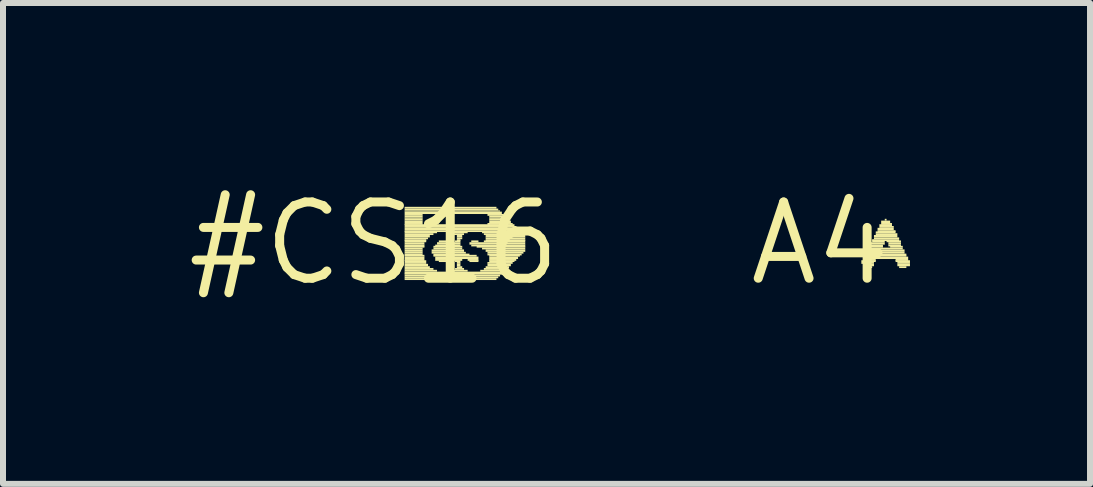
<source format=kicad_pcb>
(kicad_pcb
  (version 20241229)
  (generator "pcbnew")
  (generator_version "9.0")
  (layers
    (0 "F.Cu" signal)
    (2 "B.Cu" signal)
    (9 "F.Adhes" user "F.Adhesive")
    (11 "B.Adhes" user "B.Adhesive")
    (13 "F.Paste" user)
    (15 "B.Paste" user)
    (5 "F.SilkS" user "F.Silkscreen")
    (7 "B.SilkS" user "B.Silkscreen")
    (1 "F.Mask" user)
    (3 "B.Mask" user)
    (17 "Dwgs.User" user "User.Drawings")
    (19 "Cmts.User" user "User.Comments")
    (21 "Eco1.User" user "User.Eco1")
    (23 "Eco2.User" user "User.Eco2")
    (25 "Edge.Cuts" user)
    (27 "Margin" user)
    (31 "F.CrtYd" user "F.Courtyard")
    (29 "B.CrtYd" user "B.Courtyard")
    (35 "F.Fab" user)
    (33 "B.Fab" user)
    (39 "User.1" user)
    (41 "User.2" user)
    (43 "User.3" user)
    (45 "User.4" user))
  (footprint "#CS16"
    (layer "F.Cu")
    (at 3.182 1.006)
    (property "Reference" "#CS16" (at 0 0 0) (layer "F.SilkS") (effects (font (size 1.27 1.27) (thickness 0.15))))
    (attr through_hole)
    (fp_poly (pts (xy 0.51 -0.58) (xy 2.04 -0.58) (xy 2.04 -0.61) (xy 0.51 -0.61)) (stroke (width 0) (type solid)) (fill yes) (layer "F.SilkS"))
    (fp_poly (pts (xy 0.51 -0.55) (xy 2.07 -0.55) (xy 2.07 -0.58) (xy 0.51 -0.58)) (stroke (width 0) (type solid)) (fill yes) (layer "F.SilkS"))
    (fp_poly (pts (xy 0.51 -0.53) (xy 2.1 -0.53) (xy 2.1 -0.55) (xy 0.51 -0.55)) (stroke (width 0) (type solid)) (fill yes) (layer "F.SilkS"))
    (fp_poly (pts (xy 0.51 -0.49) (xy 2.13 -0.49) (xy 2.13 -0.53) (xy 0.51 -0.53)) (stroke (width 0) (type solid)) (fill yes) (layer "F.SilkS"))
    (fp_poly (pts (xy 0.51 -0.46) (xy 0.81 -0.46) (xy 0.81 -0.49) (xy 0.51 -0.49)) (stroke (width 0) (type solid)) (fill yes) (layer "F.SilkS"))
    (fp_poly (pts (xy 0.51 -0.43) (xy 0.81 -0.43) (xy 0.81 -0.46) (xy 0.51 -0.46)) (stroke (width 0) (type solid)) (fill yes) (layer "F.SilkS"))
    (fp_poly (pts (xy 0.51 -0.41) (xy 0.81 -0.41) (xy 0.81 -0.43) (xy 0.51 -0.43)) (stroke (width 0) (type solid)) (fill yes) (layer "F.SilkS"))
    (fp_poly (pts (xy 0.51 -0.38) (xy 0.81 -0.38) (xy 0.81 -0.41) (xy 0.51 -0.41)) (stroke (width 0) (type solid)) (fill yes) (layer "F.SilkS"))
    (fp_poly (pts (xy 0.51 -0.34) (xy 0.81 -0.34) (xy 0.81 -0.38) (xy 0.51 -0.38)) (stroke (width 0) (type solid)) (fill yes) (layer "F.SilkS"))
    (fp_poly (pts (xy 0.51 -0.31) (xy 0.81 -0.31) (xy 0.81 -0.34) (xy 0.51 -0.34)) (stroke (width 0) (type solid)) (fill yes) (layer "F.SilkS"))
    (fp_poly (pts (xy 0.51 -0.29) (xy 2.34 -0.29) (xy 2.34 -0.32) (xy 0.51 -0.32)) (stroke (width 0) (type solid)) (fill yes) (layer "F.SilkS"))
    (fp_poly (pts (xy 0.51 -0.26) (xy 2.37 -0.26) (xy 2.37 -0.29) (xy 0.51 -0.29)) (stroke (width 0) (type solid)) (fill yes) (layer "F.SilkS"))
    (fp_poly (pts (xy 0.51 -0.22) (xy 2.4 -0.22) (xy 2.4 -0.26) (xy 0.51 -0.26)) (stroke (width 0) (type solid)) (fill yes) (layer "F.SilkS"))
    (fp_poly (pts (xy 0.51 -0.19) (xy 2.43 -0.19) (xy 2.43 -0.22) (xy 0.51 -0.22)) (stroke (width 0) (type solid)) (fill yes) (layer "F.SilkS"))
    (fp_poly (pts (xy 0.51 -0.17) (xy 1.05 -0.17) (xy 1.05 -0.2) (xy 0.51 -0.2)) (stroke (width 0) (type solid)) (fill yes) (layer "F.SilkS"))
    (fp_poly (pts (xy 0.51 -0.14) (xy 0.99 -0.14) (xy 0.99 -0.17) (xy 0.51 -0.17)) (stroke (width 0) (type solid)) (fill yes) (layer "F.SilkS"))
    (fp_poly (pts (xy 0.51 -0.1) (xy 0.93 -0.1) (xy 0.93 -0.14) (xy 0.51 -0.14)) (stroke (width 0) (type solid)) (fill yes) (layer "F.SilkS"))
    (fp_poly (pts (xy 0.51 -0.07) (xy 0.9 -0.07) (xy 0.9 -0.1) (xy 0.51 -0.1)) (stroke (width 0) (type solid)) (fill yes) (layer "F.SilkS"))
    (fp_poly (pts (xy 0.51 -0.04) (xy 0.87 -0.04) (xy 0.87 -0.07) (xy 0.51 -0.07)) (stroke (width 0) (type solid)) (fill yes) (layer "F.SilkS"))
    (fp_poly (pts (xy 0.51 -0.02) (xy 0.87 -0.02) (xy 0.87 -0.05) (xy 0.51 -0.05)) (stroke (width 0) (type solid)) (fill yes) (layer "F.SilkS"))
    (fp_poly (pts (xy 0.51 0.02) (xy 0.84 0.02) (xy 0.84 -0.02) (xy 0.51 -0.02)) (stroke (width 0) (type solid)) (fill yes) (layer "F.SilkS"))
    (fp_poly (pts (xy 0.51 0.05) (xy 0.84 0.05) (xy 0.84 0.02) (xy 0.51 0.02)) (stroke (width 0) (type solid)) (fill yes) (layer "F.SilkS"))
    (fp_poly (pts (xy 0.51 0.07) (xy 0.84 0.07) (xy 0.84 0.04) (xy 0.51 0.04)) (stroke (width 0) (type solid)) (fill yes) (layer "F.SilkS"))
    (fp_poly (pts (xy 0.51 0.1) (xy 0.81 0.1) (xy 0.81 0.07) (xy 0.51 0.07)) (stroke (width 0) (type solid)) (fill yes) (layer "F.SilkS"))
    (fp_poly (pts (xy 0.51 0.14) (xy 0.81 0.14) (xy 0.81 0.1) (xy 0.51 0.1)) (stroke (width 0) (type solid)) (fill yes) (layer "F.SilkS"))
    (fp_poly (pts (xy 0.51 0.17) (xy 0.81 0.17) (xy 0.81 0.14) (xy 0.51 0.14)) (stroke (width 0) (type solid)) (fill yes) (layer "F.SilkS"))
    (fp_poly (pts (xy 0.51 0.2) (xy 0.81 0.2) (xy 0.81 0.17) (xy 0.51 0.17)) (stroke (width 0) (type solid)) (fill yes) (layer "F.SilkS"))
    (fp_poly (pts (xy 0.51 0.22) (xy 0.84 0.22) (xy 0.84 0.19) (xy 0.51 0.19)) (stroke (width 0) (type solid)) (fill yes) (layer "F.SilkS"))
    (fp_poly (pts (xy 0.51 0.26) (xy 0.84 0.26) (xy 0.84 0.22) (xy 0.51 0.22)) (stroke (width 0) (type solid)) (fill yes) (layer "F.SilkS"))
    (fp_poly (pts (xy 0.51 0.29) (xy 0.84 0.29) (xy 0.84 0.26) (xy 0.51 0.26)) (stroke (width 0) (type solid)) (fill yes) (layer "F.SilkS"))
    (fp_poly (pts (xy 0.51 0.31) (xy 0.87 0.31) (xy 0.87 0.28) (xy 0.51 0.28)) (stroke (width 0) (type solid)) (fill yes) (layer "F.SilkS"))
    (fp_poly (pts (xy 0.51 0.34) (xy 0.87 0.34) (xy 0.87 0.31) (xy 0.51 0.31)) (stroke (width 0) (type solid)) (fill yes) (layer "F.SilkS"))
    (fp_poly (pts (xy 0.51 0.38) (xy 0.9 0.38) (xy 0.9 0.34) (xy 0.51 0.34)) (stroke (width 0) (type solid)) (fill yes) (layer "F.SilkS"))
    (fp_poly (pts (xy 0.51 0.41) (xy 0.93 0.41) (xy 0.93 0.38) (xy 0.51 0.38)) (stroke (width 0) (type solid)) (fill yes) (layer "F.SilkS"))
    (fp_poly (pts (xy 0.51 0.44) (xy 0.99 0.44) (xy 0.99 0.41) (xy 0.51 0.41)) (stroke (width 0) (type solid)) (fill yes) (layer "F.SilkS"))
    (fp_poly (pts (xy 0.51 0.47) (xy 1.05 0.47) (xy 1.05 0.44) (xy 0.51 0.44)) (stroke (width 0) (type solid)) (fill yes) (layer "F.SilkS"))
    (fp_poly (pts (xy 0.51 0.5) (xy 2.16 0.5) (xy 2.16 0.47) (xy 0.51 0.47)) (stroke (width 0) (type solid)) (fill yes) (layer "F.SilkS"))
    (fp_poly (pts (xy 0.51 0.52) (xy 2.13 0.52) (xy 2.13 0.49) (xy 0.51 0.49)) (stroke (width 0) (type solid)) (fill yes) (layer "F.SilkS"))
    (fp_poly (pts (xy 0.51 0.55) (xy 2.1 0.55) (xy 2.1 0.52) (xy 0.51 0.52)) (stroke (width 0) (type solid)) (fill yes) (layer "F.SilkS"))
    (fp_poly (pts (xy 0.51 0.58) (xy 2.07 0.58) (xy 2.07 0.55) (xy 0.51 0.55)) (stroke (width 0) (type solid)) (fill yes) (layer "F.SilkS"))
    (fp_poly (pts (xy 0.51 0.61) (xy 2.04 0.61) (xy 2.04 0.58) (xy 0.51 0.58)) (stroke (width 0) (type solid)) (fill yes) (layer "F.SilkS"))
    (fp_poly (pts (xy 0.96 0.14) (xy 1.5 0.14) (xy 1.5 0.1) (xy 0.96 0.1)) (stroke (width 0) (type solid)) (fill yes) (layer "F.SilkS"))
    (fp_poly (pts (xy 0.96 0.17) (xy 1.53 0.17) (xy 1.53 0.14) (xy 0.96 0.14)) (stroke (width 0) (type solid)) (fill yes) (layer "F.SilkS"))
    (fp_poly (pts (xy 0.99 0.07) (xy 1.47 0.07) (xy 1.47 0.04) (xy 0.99 0.04)) (stroke (width 0) (type solid)) (fill yes) (layer "F.SilkS"))
    (fp_poly (pts (xy 0.99 0.1) (xy 1.47 0.1) (xy 1.47 0.07) (xy 0.99 0.07)) (stroke (width 0) (type solid)) (fill yes) (layer "F.SilkS"))
    (fp_poly (pts (xy 0.99 0.2) (xy 1.59 0.2) (xy 1.59 0.17) (xy 0.99 0.17)) (stroke (width 0) (type solid)) (fill yes) (layer "F.SilkS"))
    (fp_poly (pts (xy 0.99 0.22) (xy 1.71 0.22) (xy 1.71 0.19) (xy 0.99 0.19)) (stroke (width 0) (type solid)) (fill yes) (layer "F.SilkS"))
    (fp_poly (pts (xy 1.02 0.05) (xy 1.44 0.05) (xy 1.44 0.02) (xy 1.02 0.02)) (stroke (width 0) (type solid)) (fill yes) (layer "F.SilkS"))
    (fp_poly (pts (xy 1.02 0.26) (xy 1.74 0.26) (xy 1.74 0.22) (xy 1.02 0.22)) (stroke (width 0) (type solid)) (fill yes) (layer "F.SilkS"))
    (fp_poly (pts (xy 1.02 0.29) (xy 1.29 0.29) (xy 1.29 0.26) (xy 1.02 0.26)) (stroke (width 0) (type solid)) (fill yes) (layer "F.SilkS"))
    (fp_poly (pts (xy 1.05 0.02) (xy 1.29 0.02) (xy 1.29 -0.02) (xy 1.05 -0.02)) (stroke (width 0) (type solid)) (fill yes) (layer "F.SilkS"))
    (fp_poly (pts (xy 1.08 -0.02) (xy 1.23 -0.02) (xy 1.23 -0.05) (xy 1.08 -0.05)) (stroke (width 0) (type solid)) (fill yes) (layer "F.SilkS"))
    (fp_poly (pts (xy 1.08 0.31) (xy 1.23 0.31) (xy 1.23 0.28) (xy 1.08 0.28)) (stroke (width 0) (type solid)) (fill yes) (layer "F.SilkS"))
    (fp_poly (pts (xy 1.26 -0.17) (xy 1.56 -0.17) (xy 1.56 -0.2) (xy 1.26 -0.2)) (stroke (width 0) (type solid)) (fill yes) (layer "F.SilkS"))
    (fp_poly (pts (xy 1.26 0.47) (xy 1.56 0.47) (xy 1.56 0.44) (xy 1.26 0.44)) (stroke (width 0) (type solid)) (fill yes) (layer "F.SilkS"))
    (fp_poly (pts (xy 1.32 -0.14) (xy 1.5 -0.14) (xy 1.5 -0.17) (xy 1.32 -0.17)) (stroke (width 0) (type solid)) (fill yes) (layer "F.SilkS"))
    (fp_poly (pts (xy 1.32 0.02) (xy 1.44 0.02) (xy 1.44 -0.02) (xy 1.32 -0.02)) (stroke (width 0) (type solid)) (fill yes) (layer "F.SilkS"))
    (fp_poly (pts (xy 1.32 0.29) (xy 1.47 0.29) (xy 1.47 0.26) (xy 1.32 0.26)) (stroke (width 0) (type solid)) (fill yes) (layer "F.SilkS"))
    (fp_poly (pts (xy 1.35 -0.02) (xy 1.44 -0.02) (xy 1.44 -0.05) (xy 1.35 -0.05)) (stroke (width 0) (type solid)) (fill yes) (layer "F.SilkS"))
    (fp_poly (pts (xy 1.35 0.31) (xy 1.44 0.31) (xy 1.44 0.28) (xy 1.35 0.28)) (stroke (width 0) (type solid)) (fill yes) (layer "F.SilkS"))
    (fp_poly (pts (xy 1.35 0.44) (xy 1.5 0.44) (xy 1.5 0.41) (xy 1.35 0.41)) (stroke (width 0) (type solid)) (fill yes) (layer "F.SilkS"))
    (fp_poly (pts (xy 1.38 -0.1) (xy 1.47 -0.1) (xy 1.47 -0.14) (xy 1.38 -0.14)) (stroke (width 0) (type solid)) (fill yes) (layer "F.SilkS"))
    (fp_poly (pts (xy 1.38 -0.07) (xy 1.47 -0.07) (xy 1.47 -0.1) (xy 1.38 -0.1)) (stroke (width 0) (type solid)) (fill yes) (layer "F.SilkS"))
    (fp_poly (pts (xy 1.38 -0.04) (xy 1.44 -0.04) (xy 1.44 -0.07) (xy 1.38 -0.07)) (stroke (width 0) (type solid)) (fill yes) (layer "F.SilkS"))
    (fp_poly (pts (xy 1.38 0.34) (xy 1.44 0.34) (xy 1.44 0.31) (xy 1.38 0.31)) (stroke (width 0) (type solid)) (fill yes) (layer "F.SilkS"))
    (fp_poly (pts (xy 1.38 0.38) (xy 1.44 0.38) (xy 1.44 0.34) (xy 1.38 0.34)) (stroke (width 0) (type solid)) (fill yes) (layer "F.SilkS"))
    (fp_poly (pts (xy 1.38 0.41) (xy 1.47 0.41) (xy 1.47 0.38) (xy 1.38 0.38)) (stroke (width 0) (type solid)) (fill yes) (layer "F.SilkS"))
    (fp_poly (pts (xy 1.56 0.29) (xy 1.74 0.29) (xy 1.74 0.26) (xy 1.56 0.26)) (stroke (width 0) (type solid)) (fill yes) (layer "F.SilkS"))
    (fp_poly (pts (xy 1.59 0.02) (xy 2.52 0.02) (xy 2.52 -0.02) (xy 1.59 -0.02)) (stroke (width 0) (type solid)) (fill yes) (layer "F.SilkS"))
    (fp_poly (pts (xy 1.59 0.31) (xy 1.74 0.31) (xy 1.74 0.28) (xy 1.59 0.28)) (stroke (width 0) (type solid)) (fill yes) (layer "F.SilkS"))
    (fp_poly (pts (xy 1.62 -0.02) (xy 1.74 -0.02) (xy 1.74 -0.05) (xy 1.62 -0.05)) (stroke (width 0) (type solid)) (fill yes) (layer "F.SilkS"))
    (fp_poly (pts (xy 1.62 0.05) (xy 2.52 0.05) (xy 2.52 0.02) (xy 1.62 0.02)) (stroke (width 0) (type solid)) (fill yes) (layer "F.SilkS"))
    (fp_poly (pts (xy 1.71 0.07) (xy 2.52 0.07) (xy 2.52 0.04) (xy 1.71 0.04)) (stroke (width 0) (type solid)) (fill yes) (layer "F.SilkS"))
    (fp_poly (pts (xy 1.77 0.47) (xy 2.19 0.47) (xy 2.19 0.44) (xy 1.77 0.44)) (stroke (width 0) (type solid)) (fill yes) (layer "F.SilkS"))
    (fp_poly (pts (xy 1.8 -0.17) (xy 2.46 -0.17) (xy 2.46 -0.2) (xy 1.8 -0.2)) (stroke (width 0) (type solid)) (fill yes) (layer "F.SilkS"))
    (fp_poly (pts (xy 1.8 0.1) (xy 2.52 0.1) (xy 2.52 0.07) (xy 1.8 0.07)) (stroke (width 0) (type solid)) (fill yes) (layer "F.SilkS"))
    (fp_poly (pts (xy 1.83 -0.14) (xy 2.49 -0.14) (xy 2.49 -0.17) (xy 1.83 -0.17)) (stroke (width 0) (type solid)) (fill yes) (layer "F.SilkS"))
    (fp_poly (pts (xy 1.83 -0.02) (xy 2.52 -0.02) (xy 2.52 -0.05) (xy 1.83 -0.05)) (stroke (width 0) (type solid)) (fill yes) (layer "F.SilkS"))
    (fp_poly (pts (xy 1.83 0.44) (xy 2.22 0.44) (xy 2.22 0.41) (xy 1.83 0.41)) (stroke (width 0) (type solid)) (fill yes) (layer "F.SilkS"))
    (fp_poly (pts (xy 1.86 -0.1) (xy 2.52 -0.1) (xy 2.52 -0.14) (xy 1.86 -0.14)) (stroke (width 0) (type solid)) (fill yes) (layer "F.SilkS"))
    (fp_poly (pts (xy 1.86 -0.07) (xy 2.52 -0.07) (xy 2.52 -0.1) (xy 1.86 -0.1)) (stroke (width 0) (type solid)) (fill yes) (layer "F.SilkS"))
    (fp_poly (pts (xy 1.86 -0.04) (xy 2.52 -0.04) (xy 2.52 -0.07) (xy 1.86 -0.07)) (stroke (width 0) (type solid)) (fill yes) (layer "F.SilkS"))
    (fp_poly (pts (xy 1.86 0.14) (xy 2.52 0.14) (xy 2.52 0.1) (xy 1.86 0.1)) (stroke (width 0) (type solid)) (fill yes) (layer "F.SilkS"))
    (fp_poly (pts (xy 1.86 0.41) (xy 2.25 0.41) (xy 2.25 0.38) (xy 1.86 0.38)) (stroke (width 0) (type solid)) (fill yes) (layer "F.SilkS"))
    (fp_poly (pts (xy 1.89 -0.46) (xy 2.16 -0.46) (xy 2.16 -0.49) (xy 1.89 -0.49)) (stroke (width 0) (type solid)) (fill yes) (layer "F.SilkS"))
    (fp_poly (pts (xy 1.89 -0.31) (xy 2.31 -0.31) (xy 2.31 -0.34) (xy 1.89 -0.34)) (stroke (width 0) (type solid)) (fill yes) (layer "F.SilkS"))
    (fp_poly (pts (xy 1.89 0.17) (xy 2.49 0.17) (xy 2.49 0.14) (xy 1.89 0.14)) (stroke (width 0) (type solid)) (fill yes) (layer "F.SilkS"))
    (fp_poly (pts (xy 1.89 0.2) (xy 2.46 0.2) (xy 2.46 0.17) (xy 1.89 0.17)) (stroke (width 0) (type solid)) (fill yes) (layer "F.SilkS"))
    (fp_poly (pts (xy 1.89 0.34) (xy 2.31 0.34) (xy 2.31 0.31) (xy 1.89 0.31)) (stroke (width 0) (type solid)) (fill yes) (layer "F.SilkS"))
    (fp_poly (pts (xy 1.89 0.38) (xy 2.28 0.38) (xy 2.28 0.34) (xy 1.89 0.34)) (stroke (width 0) (type solid)) (fill yes) (layer "F.SilkS"))
    (fp_poly (pts (xy 1.92 -0.43) (xy 2.19 -0.43) (xy 2.19 -0.46) (xy 1.92 -0.46)) (stroke (width 0) (type solid)) (fill yes) (layer "F.SilkS"))
    (fp_poly (pts (xy 1.92 -0.41) (xy 2.22 -0.41) (xy 2.22 -0.43) (xy 1.92 -0.43)) (stroke (width 0) (type solid)) (fill yes) (layer "F.SilkS"))
    (fp_poly (pts (xy 1.92 -0.38) (xy 2.25 -0.38) (xy 2.25 -0.41) (xy 1.92 -0.41)) (stroke (width 0) (type solid)) (fill yes) (layer "F.SilkS"))
    (fp_poly (pts (xy 1.92 -0.34) (xy 2.28 -0.34) (xy 2.28 -0.38) (xy 1.92 -0.38)) (stroke (width 0) (type solid)) (fill yes) (layer "F.SilkS"))
    (fp_poly (pts (xy 1.92 0.22) (xy 2.43 0.22) (xy 2.43 0.19) (xy 1.92 0.19)) (stroke (width 0) (type solid)) (fill yes) (layer "F.SilkS"))
    (fp_poly (pts (xy 1.92 0.26) (xy 2.4 0.26) (xy 2.4 0.22) (xy 1.92 0.22)) (stroke (width 0) (type solid)) (fill yes) (layer "F.SilkS"))
    (fp_poly (pts (xy 1.92 0.29) (xy 2.37 0.29) (xy 2.37 0.26) (xy 1.92 0.26)) (stroke (width 0) (type solid)) (fill yes) (layer "F.SilkS"))
    (fp_poly (pts (xy 1.92 0.31) (xy 2.34 0.31) (xy 2.34 0.28) (xy 1.92 0.28)) (stroke (width 0) (type solid)) (fill yes) (layer "F.SilkS")))
  (footprint "A4"
    (layer "F.Cu")
    (at 10.612 1.006)
    (property "Reference" "A4" (at 0 0 0) (layer "F.SilkS") (effects (font (size 1.27 1.27) (thickness 0.15))))
    (attr through_hole)
    (fp_poly (pts (xy 0.69 0.31) (xy 0.93 0.31) (xy 0.93 0.28) (xy 0.69 0.28)) (stroke (width 0) (type solid)) (fill yes) (layer "F.SilkS"))
    (fp_poly (pts (xy 0.69 0.34) (xy 0.9 0.34) (xy 0.9 0.31) (xy 0.69 0.31)) (stroke (width 0) (type solid)) (fill yes) (layer "F.SilkS"))
    (fp_poly (pts (xy 0.72 0.26) (xy 1.47 0.26) (xy 1.47 0.22) (xy 0.72 0.22)) (stroke (width 0) (type solid)) (fill yes) (layer "F.SilkS"))
    (fp_poly (pts (xy 0.72 0.29) (xy 0.93 0.29) (xy 0.93 0.26) (xy 0.72 0.26)) (stroke (width 0) (type solid)) (fill yes) (layer "F.SilkS"))
    (fp_poly (pts (xy 0.72 0.38) (xy 0.9 0.38) (xy 0.9 0.34) (xy 0.72 0.34)) (stroke (width 0) (type solid)) (fill yes) (layer "F.SilkS"))
    (fp_poly (pts (xy 0.75 0.2) (xy 1.44 0.2) (xy 1.44 0.17) (xy 0.75 0.17)) (stroke (width 0) (type solid)) (fill yes) (layer "F.SilkS"))
    (fp_poly (pts (xy 0.75 0.22) (xy 1.44 0.22) (xy 1.44 0.19) (xy 0.75 0.19)) (stroke (width 0) (type solid)) (fill yes) (layer "F.SilkS"))
    (fp_poly (pts (xy 0.75 0.41) (xy 0.87 0.41) (xy 0.87 0.38) (xy 0.75 0.38)) (stroke (width 0) (type solid)) (fill yes) (layer "F.SilkS"))
    (fp_poly (pts (xy 0.78 0.14) (xy 1.41 0.14) (xy 1.41 0.1) (xy 0.78 0.1)) (stroke (width 0) (type solid)) (fill yes) (layer "F.SilkS"))
    (fp_poly (pts (xy 0.78 0.17) (xy 1.41 0.17) (xy 1.41 0.14) (xy 0.78 0.14)) (stroke (width 0) (type solid)) (fill yes) (layer "F.SilkS"))
    (fp_poly (pts (xy 0.81 0.07) (xy 1.05 0.07) (xy 1.05 0.04) (xy 0.81 0.04)) (stroke (width 0) (type solid)) (fill yes) (layer "F.SilkS"))
    (fp_poly (pts (xy 0.81 0.1) (xy 1.38 0.1) (xy 1.38 0.07) (xy 0.81 0.07)) (stroke (width 0) (type solid)) (fill yes) (layer "F.SilkS"))
    (fp_poly (pts (xy 0.84 0.02) (xy 1.08 0.02) (xy 1.08 -0.02) (xy 0.84 -0.02)) (stroke (width 0) (type solid)) (fill yes) (layer "F.SilkS"))
    (fp_poly (pts (xy 0.84 0.05) (xy 1.05 0.05) (xy 1.05 0.02) (xy 0.84 0.02)) (stroke (width 0) (type solid)) (fill yes) (layer "F.SilkS"))
    (fp_poly (pts (xy 0.87 -0.04) (xy 1.32 -0.04) (xy 1.32 -0.07) (xy 0.87 -0.07)) (stroke (width 0) (type solid)) (fill yes) (layer "F.SilkS"))
    (fp_poly (pts (xy 0.87 -0.02) (xy 1.08 -0.02) (xy 1.08 -0.05) (xy 0.87 -0.05)) (stroke (width 0) (type solid)) (fill yes) (layer "F.SilkS"))
    (fp_poly (pts (xy 0.9 -0.1) (xy 1.29 -0.1) (xy 1.29 -0.14) (xy 0.9 -0.14)) (stroke (width 0) (type solid)) (fill yes) (layer "F.SilkS"))
    (fp_poly (pts (xy 0.9 -0.07) (xy 1.32 -0.07) (xy 1.32 -0.1) (xy 0.9 -0.1)) (stroke (width 0) (type solid)) (fill yes) (layer "F.SilkS"))
    (fp_poly (pts (xy 0.93 -0.17) (xy 1.26 -0.17) (xy 1.26 -0.2) (xy 0.93 -0.2)) (stroke (width 0) (type solid)) (fill yes) (layer "F.SilkS"))
    (fp_poly (pts (xy 0.93 -0.14) (xy 1.29 -0.14) (xy 1.29 -0.17) (xy 0.93 -0.17)) (stroke (width 0) (type solid)) (fill yes) (layer "F.SilkS"))
    (fp_poly (pts (xy 0.96 -0.22) (xy 1.23 -0.22) (xy 1.23 -0.26) (xy 0.96 -0.26)) (stroke (width 0) (type solid)) (fill yes) (layer "F.SilkS"))
    (fp_poly (pts (xy 0.96 -0.19) (xy 1.26 -0.19) (xy 1.26 -0.22) (xy 0.96 -0.22)) (stroke (width 0) (type solid)) (fill yes) (layer "F.SilkS"))
    (fp_poly (pts (xy 0.99 -0.29) (xy 1.2 -0.29) (xy 1.2 -0.32) (xy 0.99 -0.32)) (stroke (width 0) (type solid)) (fill yes) (layer "F.SilkS"))
    (fp_poly (pts (xy 0.99 -0.26) (xy 1.23 -0.26) (xy 1.23 -0.29) (xy 0.99 -0.29)) (stroke (width 0) (type solid)) (fill yes) (layer "F.SilkS"))
    (fp_poly (pts (xy 1.02 -0.34) (xy 1.17 -0.34) (xy 1.17 -0.38) (xy 1.02 -0.38)) (stroke (width 0) (type solid)) (fill yes) (layer "F.SilkS"))
    (fp_poly (pts (xy 1.02 -0.31) (xy 1.2 -0.31) (xy 1.2 -0.34) (xy 1.02 -0.34)) (stroke (width 0) (type solid)) (fill yes) (layer "F.SilkS"))
    (fp_poly (pts (xy 1.08 -0.38) (xy 1.11 -0.38) (xy 1.11 -0.41) (xy 1.08 -0.41)) (stroke (width 0) (type solid)) (fill yes) (layer "F.SilkS"))
    (fp_poly (pts (xy 1.11 -0.02) (xy 1.35 -0.02) (xy 1.35 -0.05) (xy 1.11 -0.05)) (stroke (width 0) (type solid)) (fill yes) (layer "F.SilkS"))
    (fp_poly (pts (xy 1.14 0.02) (xy 1.35 0.02) (xy 1.35 -0.02) (xy 1.14 -0.02)) (stroke (width 0) (type solid)) (fill yes) (layer "F.SilkS"))
    (fp_poly (pts (xy 1.14 0.05) (xy 1.35 0.05) (xy 1.35 0.02) (xy 1.14 0.02)) (stroke (width 0) (type solid)) (fill yes) (layer "F.SilkS"))
    (fp_poly (pts (xy 1.17 0.07) (xy 1.38 0.07) (xy 1.38 0.04) (xy 1.17 0.04)) (stroke (width 0) (type solid)) (fill yes) (layer "F.SilkS"))
    (fp_poly (pts (xy 1.26 0.29) (xy 1.47 0.29) (xy 1.47 0.26) (xy 1.26 0.26)) (stroke (width 0) (type solid)) (fill yes) (layer "F.SilkS"))
    (fp_poly (pts (xy 1.26 0.31) (xy 1.5 0.31) (xy 1.5 0.28) (xy 1.26 0.28)) (stroke (width 0) (type solid)) (fill yes) (layer "F.SilkS"))
    (fp_poly (pts (xy 1.29 0.34) (xy 1.5 0.34) (xy 1.5 0.31) (xy 1.29 0.31)) (stroke (width 0) (type solid)) (fill yes) (layer "F.SilkS"))
    (fp_poly (pts (xy 1.29 0.38) (xy 1.5 0.38) (xy 1.5 0.34) (xy 1.29 0.34)) (stroke (width 0) (type solid)) (fill yes) (layer "F.SilkS"))
    (fp_poly (pts (xy 1.32 0.41) (xy 1.44 0.41) (xy 1.44 0.38) (xy 1.32 0.38)) (stroke (width 0) (type solid)) (fill yes) (layer "F.SilkS")))
  (gr_rect
    (start -3 -3)
    (end 15.112 5.012)
    (stroke (width 0.1) (type default))
    (fill no)
    (layer "Edge.Cuts")))
</source>
